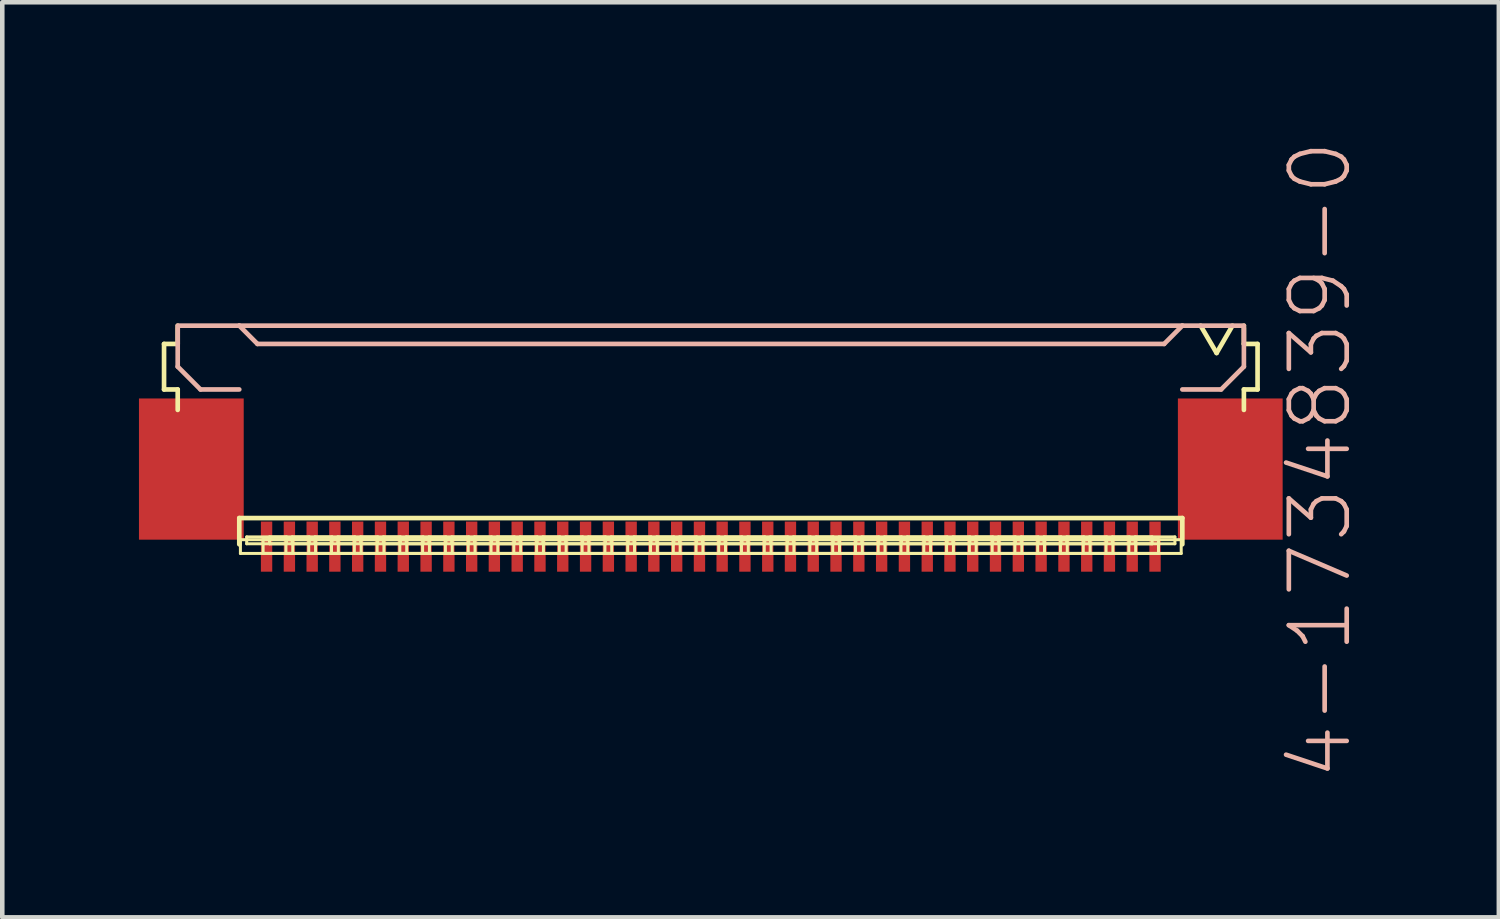
<source format=kicad_pcb>
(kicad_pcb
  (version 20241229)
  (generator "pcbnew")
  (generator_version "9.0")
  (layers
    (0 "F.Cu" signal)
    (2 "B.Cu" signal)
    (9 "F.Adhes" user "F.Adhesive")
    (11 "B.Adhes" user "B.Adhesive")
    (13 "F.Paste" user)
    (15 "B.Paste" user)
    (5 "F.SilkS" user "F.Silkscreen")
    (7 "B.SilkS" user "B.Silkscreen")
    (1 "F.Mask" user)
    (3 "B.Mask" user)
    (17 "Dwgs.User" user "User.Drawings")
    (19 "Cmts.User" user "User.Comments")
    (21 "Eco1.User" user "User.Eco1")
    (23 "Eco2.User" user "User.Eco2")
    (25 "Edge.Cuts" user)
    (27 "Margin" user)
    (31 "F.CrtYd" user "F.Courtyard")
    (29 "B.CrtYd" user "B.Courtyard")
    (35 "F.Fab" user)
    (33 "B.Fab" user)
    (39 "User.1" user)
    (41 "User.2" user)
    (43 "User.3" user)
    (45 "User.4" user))
  (footprint "4-1734839-0"
    (layer "F.Cu")
    (at 12.549 6.406)
    (property "Reference" "4-1734839-0" (at 13.373 0.635 270) (layer "B.SilkS") (effects (font (size 1.27 1.27) (thickness 0.102))))
    (attr smd)
    (fp_line (start -11.999 -1.908) (end -11.699 -1.908) (stroke (width 0.102) (type solid)) (layer "F.SilkS"))
    (fp_line (start -11.999 -0.909) (end -11.999 -1.908) (stroke (width 0.102) (type solid)) (layer "F.SilkS"))
    (fp_line (start -11.699 -1.908) (end -11.699 -2.309) (stroke (width 0.102) (type solid)) (layer "F.SilkS"))
    (fp_line (start -11.699 -0.909) (end -11.999 -0.909) (stroke (width 0.102) (type solid)) (layer "F.SilkS"))
    (fp_line (start -11.699 -0.46) (end -11.699 -0.909) (stroke (width 0.102) (type solid)) (layer "F.SilkS"))
    (fp_line (start -10.348 1.913) (end -10.348 2.489) (stroke (width 0.102) (type solid)) (layer "F.SilkS"))
    (fp_line (start -10.323 2.388) (end -9.174 2.388) (stroke (width 0.066) (type solid)) (layer "F.SilkS"))
    (fp_line (start -10.323 2.69) (end -10.323 2.388) (stroke (width 0.066) (type solid)) (layer "F.SilkS"))
    (fp_line (start -10.323 2.69) (end -9.174 2.69) (stroke (width 0.066) (type solid)) (layer "F.SilkS"))
    (fp_line (start -10.185 2.327) (end -9.312 2.327) (stroke (width 0.066) (type solid)) (layer "F.SilkS"))
    (fp_line (start -10.185 2.477) (end -10.185 2.327) (stroke (width 0.066) (type solid)) (layer "F.SilkS"))
    (fp_line (start -10.185 2.477) (end -9.312 2.477) (stroke (width 0.066) (type solid)) (layer "F.SilkS"))
    (fp_line (start -9.825 2.388) (end -8.674 2.388) (stroke (width 0.066) (type solid)) (layer "F.SilkS"))
    (fp_line (start -9.825 2.69) (end -9.825 2.388) (stroke (width 0.066) (type solid)) (layer "F.SilkS"))
    (fp_line (start -9.825 2.69) (end -8.674 2.69) (stroke (width 0.066) (type solid)) (layer "F.SilkS"))
    (fp_line (start -9.685 2.327) (end -8.811 2.327) (stroke (width 0.066) (type solid)) (layer "F.SilkS"))
    (fp_line (start -9.685 2.477) (end -9.685 2.327) (stroke (width 0.066) (type solid)) (layer "F.SilkS"))
    (fp_line (start -9.685 2.477) (end -8.811 2.477) (stroke (width 0.066) (type solid)) (layer "F.SilkS"))
    (fp_line (start -9.324 2.388) (end -8.174 2.388) (stroke (width 0.066) (type solid)) (layer "F.SilkS"))
    (fp_line (start -9.324 2.69) (end -9.324 2.388) (stroke (width 0.066) (type solid)) (layer "F.SilkS"))
    (fp_line (start -9.324 2.69) (end -8.174 2.69) (stroke (width 0.066) (type solid)) (layer "F.SilkS"))
    (fp_line (start -9.312 2.477) (end -9.312 2.327) (stroke (width 0.066) (type solid)) (layer "F.SilkS"))
    (fp_line (start -9.187 2.327) (end -8.311 2.327) (stroke (width 0.066) (type solid)) (layer "F.SilkS"))
    (fp_line (start -9.187 2.477) (end -9.187 2.327) (stroke (width 0.066) (type solid)) (layer "F.SilkS"))
    (fp_line (start -9.187 2.477) (end -8.311 2.477) (stroke (width 0.066) (type solid)) (layer "F.SilkS"))
    (fp_line (start -9.174 2.69) (end -9.174 2.388) (stroke (width 0.066) (type solid)) (layer "F.SilkS"))
    (fp_line (start -8.824 2.388) (end -7.673 2.388) (stroke (width 0.066) (type solid)) (layer "F.SilkS"))
    (fp_line (start -8.824 2.69) (end -8.824 2.388) (stroke (width 0.066) (type solid)) (layer "F.SilkS"))
    (fp_line (start -8.824 2.69) (end -7.673 2.69) (stroke (width 0.066) (type solid)) (layer "F.SilkS"))
    (fp_line (start -8.811 2.477) (end -8.811 2.327) (stroke (width 0.066) (type solid)) (layer "F.SilkS"))
    (fp_line (start -8.687 2.327) (end -7.811 2.327) (stroke (width 0.066) (type solid)) (layer "F.SilkS"))
    (fp_line (start -8.687 2.477) (end -8.687 2.327) (stroke (width 0.066) (type solid)) (layer "F.SilkS"))
    (fp_line (start -8.687 2.477) (end -7.811 2.477) (stroke (width 0.066) (type solid)) (layer "F.SilkS"))
    (fp_line (start -8.674 2.69) (end -8.674 2.388) (stroke (width 0.066) (type solid)) (layer "F.SilkS"))
    (fp_line (start -8.324 2.388) (end -7.173 2.388) (stroke (width 0.066) (type solid)) (layer "F.SilkS"))
    (fp_line (start -8.324 2.69) (end -8.324 2.388) (stroke (width 0.066) (type solid)) (layer "F.SilkS"))
    (fp_line (start -8.324 2.69) (end -7.173 2.69) (stroke (width 0.066) (type solid)) (layer "F.SilkS"))
    (fp_line (start -8.311 2.477) (end -8.311 2.327) (stroke (width 0.066) (type solid)) (layer "F.SilkS"))
    (fp_line (start -8.186 2.327) (end -7.31 2.327) (stroke (width 0.066) (type solid)) (layer "F.SilkS"))
    (fp_line (start -8.186 2.477) (end -8.186 2.327) (stroke (width 0.066) (type solid)) (layer "F.SilkS"))
    (fp_line (start -8.186 2.477) (end -7.31 2.477) (stroke (width 0.066) (type solid)) (layer "F.SilkS"))
    (fp_line (start -8.174 2.69) (end -8.174 2.388) (stroke (width 0.066) (type solid)) (layer "F.SilkS"))
    (fp_line (start -7.823 2.388) (end -6.673 2.388) (stroke (width 0.066) (type solid)) (layer "F.SilkS"))
    (fp_line (start -7.823 2.69) (end -7.823 2.388) (stroke (width 0.066) (type solid)) (layer "F.SilkS"))
    (fp_line (start -7.823 2.69) (end -6.673 2.69) (stroke (width 0.066) (type solid)) (layer "F.SilkS"))
    (fp_line (start -7.811 2.477) (end -7.811 2.327) (stroke (width 0.066) (type solid)) (layer "F.SilkS"))
    (fp_line (start -7.686 2.327) (end -6.812 2.327) (stroke (width 0.066) (type solid)) (layer "F.SilkS"))
    (fp_line (start -7.686 2.477) (end -7.686 2.327) (stroke (width 0.066) (type solid)) (layer "F.SilkS"))
    (fp_line (start -7.686 2.477) (end -6.812 2.477) (stroke (width 0.066) (type solid)) (layer "F.SilkS"))
    (fp_line (start -7.673 2.69) (end -7.673 2.388) (stroke (width 0.066) (type solid)) (layer "F.SilkS"))
    (fp_line (start -7.323 2.388) (end -6.175 2.388) (stroke (width 0.066) (type solid)) (layer "F.SilkS"))
    (fp_line (start -7.323 2.69) (end -7.323 2.388) (stroke (width 0.066) (type solid)) (layer "F.SilkS"))
    (fp_line (start -7.323 2.69) (end -6.175 2.69) (stroke (width 0.066) (type solid)) (layer "F.SilkS"))
    (fp_line (start -7.31 2.477) (end -7.31 2.327) (stroke (width 0.066) (type solid)) (layer "F.SilkS"))
    (fp_line (start -7.186 2.327) (end -6.312 2.327) (stroke (width 0.066) (type solid)) (layer "F.SilkS"))
    (fp_line (start -7.186 2.477) (end -7.186 2.327) (stroke (width 0.066) (type solid)) (layer "F.SilkS"))
    (fp_line (start -7.186 2.477) (end -6.312 2.477) (stroke (width 0.066) (type solid)) (layer "F.SilkS"))
    (fp_line (start -7.173 2.69) (end -7.173 2.388) (stroke (width 0.066) (type solid)) (layer "F.SilkS"))
    (fp_line (start -6.825 2.388) (end -5.674 2.388) (stroke (width 0.066) (type solid)) (layer "F.SilkS"))
    (fp_line (start -6.825 2.69) (end -6.825 2.388) (stroke (width 0.066) (type solid)) (layer "F.SilkS"))
    (fp_line (start -6.825 2.69) (end -5.674 2.69) (stroke (width 0.066) (type solid)) (layer "F.SilkS"))
    (fp_line (start -6.812 2.477) (end -6.812 2.327) (stroke (width 0.066) (type solid)) (layer "F.SilkS"))
    (fp_line (start -6.685 2.327) (end -5.812 2.327) (stroke (width 0.066) (type solid)) (layer "F.SilkS"))
    (fp_line (start -6.685 2.477) (end -6.685 2.327) (stroke (width 0.066) (type solid)) (layer "F.SilkS"))
    (fp_line (start -6.685 2.477) (end -5.812 2.477) (stroke (width 0.066) (type solid)) (layer "F.SilkS"))
    (fp_line (start -6.673 2.69) (end -6.673 2.388) (stroke (width 0.066) (type solid)) (layer "F.SilkS"))
    (fp_line (start -6.325 2.388) (end -5.174 2.388) (stroke (width 0.066) (type solid)) (layer "F.SilkS"))
    (fp_line (start -6.325 2.69) (end -6.325 2.388) (stroke (width 0.066) (type solid)) (layer "F.SilkS"))
    (fp_line (start -6.325 2.69) (end -5.174 2.69) (stroke (width 0.066) (type solid)) (layer "F.SilkS"))
    (fp_line (start -6.312 2.477) (end -6.312 2.327) (stroke (width 0.066) (type solid)) (layer "F.SilkS"))
    (fp_line (start -6.187 2.327) (end -5.311 2.327) (stroke (width 0.066) (type solid)) (layer "F.SilkS"))
    (fp_line (start -6.187 2.477) (end -6.187 2.327) (stroke (width 0.066) (type solid)) (layer "F.SilkS"))
    (fp_line (start -6.187 2.477) (end -5.311 2.477) (stroke (width 0.066) (type solid)) (layer "F.SilkS"))
    (fp_line (start -6.175 2.69) (end -6.175 2.388) (stroke (width 0.066) (type solid)) (layer "F.SilkS"))
    (fp_line (start -5.824 2.388) (end -4.674 2.388) (stroke (width 0.066) (type solid)) (layer "F.SilkS"))
    (fp_line (start -5.824 2.69) (end -5.824 2.388) (stroke (width 0.066) (type solid)) (layer "F.SilkS"))
    (fp_line (start -5.824 2.69) (end -4.674 2.69) (stroke (width 0.066) (type solid)) (layer "F.SilkS"))
    (fp_line (start -5.812 2.477) (end -5.812 2.327) (stroke (width 0.066) (type solid)) (layer "F.SilkS"))
    (fp_line (start -5.687 2.327) (end -4.811 2.327) (stroke (width 0.066) (type solid)) (layer "F.SilkS"))
    (fp_line (start -5.687 2.477) (end -5.687 2.327) (stroke (width 0.066) (type solid)) (layer "F.SilkS"))
    (fp_line (start -5.687 2.477) (end -4.811 2.477) (stroke (width 0.066) (type solid)) (layer "F.SilkS"))
    (fp_line (start -5.674 2.69) (end -5.674 2.388) (stroke (width 0.066) (type solid)) (layer "F.SilkS"))
    (fp_line (start -5.324 2.388) (end -4.173 2.388) (stroke (width 0.066) (type solid)) (layer "F.SilkS"))
    (fp_line (start -5.324 2.69) (end -5.324 2.388) (stroke (width 0.066) (type solid)) (layer "F.SilkS"))
    (fp_line (start -5.324 2.69) (end -4.173 2.69) (stroke (width 0.066) (type solid)) (layer "F.SilkS"))
    (fp_line (start -5.311 2.477) (end -5.311 2.327) (stroke (width 0.066) (type solid)) (layer "F.SilkS"))
    (fp_line (start -5.187 2.327) (end -4.31 2.327) (stroke (width 0.066) (type solid)) (layer "F.SilkS"))
    (fp_line (start -5.187 2.477) (end -5.187 2.327) (stroke (width 0.066) (type solid)) (layer "F.SilkS"))
    (fp_line (start -5.187 2.477) (end -4.31 2.477) (stroke (width 0.066) (type solid)) (layer "F.SilkS"))
    (fp_line (start -5.174 2.69) (end -5.174 2.388) (stroke (width 0.066) (type solid)) (layer "F.SilkS"))
    (fp_line (start -4.823 2.388) (end -3.673 2.388) (stroke (width 0.066) (type solid)) (layer "F.SilkS"))
    (fp_line (start -4.823 2.69) (end -4.823 2.388) (stroke (width 0.066) (type solid)) (layer "F.SilkS"))
    (fp_line (start -4.823 2.69) (end -3.673 2.69) (stroke (width 0.066) (type solid)) (layer "F.SilkS"))
    (fp_line (start -4.811 2.477) (end -4.811 2.327) (stroke (width 0.066) (type solid)) (layer "F.SilkS"))
    (fp_line (start -4.686 2.327) (end -3.81 2.327) (stroke (width 0.066) (type solid)) (layer "F.SilkS"))
    (fp_line (start -4.686 2.477) (end -4.686 2.327) (stroke (width 0.066) (type solid)) (layer "F.SilkS"))
    (fp_line (start -4.686 2.477) (end -3.81 2.477) (stroke (width 0.066) (type solid)) (layer "F.SilkS"))
    (fp_line (start -4.674 2.69) (end -4.674 2.388) (stroke (width 0.066) (type solid)) (layer "F.SilkS"))
    (fp_line (start -4.323 2.388) (end -3.175 2.388) (stroke (width 0.066) (type solid)) (layer "F.SilkS"))
    (fp_line (start -4.323 2.69) (end -4.323 2.388) (stroke (width 0.066) (type solid)) (layer "F.SilkS"))
    (fp_line (start -4.323 2.69) (end -3.175 2.69) (stroke (width 0.066) (type solid)) (layer "F.SilkS"))
    (fp_line (start -4.31 2.477) (end -4.31 2.327) (stroke (width 0.066) (type solid)) (layer "F.SilkS"))
    (fp_line (start -4.186 2.327) (end -3.312 2.327) (stroke (width 0.066) (type solid)) (layer "F.SilkS"))
    (fp_line (start -4.186 2.477) (end -4.186 2.327) (stroke (width 0.066) (type solid)) (layer "F.SilkS"))
    (fp_line (start -4.186 2.477) (end -3.312 2.477) (stroke (width 0.066) (type solid)) (layer "F.SilkS"))
    (fp_line (start -4.173 2.69) (end -4.173 2.388) (stroke (width 0.066) (type solid)) (layer "F.SilkS"))
    (fp_line (start -3.823 2.388) (end -2.675 2.388) (stroke (width 0.066) (type solid)) (layer "F.SilkS"))
    (fp_line (start -3.823 2.69) (end -3.823 2.388) (stroke (width 0.066) (type solid)) (layer "F.SilkS"))
    (fp_line (start -3.823 2.69) (end -2.675 2.69) (stroke (width 0.066) (type solid)) (layer "F.SilkS"))
    (fp_line (start -3.81 2.477) (end -3.81 2.327) (stroke (width 0.066) (type solid)) (layer "F.SilkS"))
    (fp_line (start -3.686 2.327) (end -2.812 2.327) (stroke (width 0.066) (type solid)) (layer "F.SilkS"))
    (fp_line (start -3.686 2.477) (end -3.686 2.327) (stroke (width 0.066) (type solid)) (layer "F.SilkS"))
    (fp_line (start -3.686 2.477) (end -2.812 2.477) (stroke (width 0.066) (type solid)) (layer "F.SilkS"))
    (fp_line (start -3.673 2.69) (end -3.673 2.388) (stroke (width 0.066) (type solid)) (layer "F.SilkS"))
    (fp_line (start -3.325 2.388) (end -2.174 2.388) (stroke (width 0.066) (type solid)) (layer "F.SilkS"))
    (fp_line (start -3.325 2.69) (end -3.325 2.388) (stroke (width 0.066) (type solid)) (layer "F.SilkS"))
    (fp_line (start -3.325 2.69) (end -2.174 2.69) (stroke (width 0.066) (type solid)) (layer "F.SilkS"))
    (fp_line (start -3.312 2.477) (end -3.312 2.327) (stroke (width 0.066) (type solid)) (layer "F.SilkS"))
    (fp_line (start -3.185 2.327) (end -2.311 2.327) (stroke (width 0.066) (type solid)) (layer "F.SilkS"))
    (fp_line (start -3.185 2.477) (end -3.185 2.327) (stroke (width 0.066) (type solid)) (layer "F.SilkS"))
    (fp_line (start -3.185 2.477) (end -2.311 2.477) (stroke (width 0.066) (type solid)) (layer "F.SilkS"))
    (fp_line (start -3.175 2.69) (end -3.175 2.388) (stroke (width 0.066) (type solid)) (layer "F.SilkS"))
    (fp_line (start -2.824 2.388) (end -1.674 2.388) (stroke (width 0.066) (type solid)) (layer "F.SilkS"))
    (fp_line (start -2.824 2.69) (end -2.824 2.388) (stroke (width 0.066) (type solid)) (layer "F.SilkS"))
    (fp_line (start -2.824 2.69) (end -1.674 2.69) (stroke (width 0.066) (type solid)) (layer "F.SilkS"))
    (fp_line (start -2.812 2.477) (end -2.812 2.327) (stroke (width 0.066) (type solid)) (layer "F.SilkS"))
    (fp_line (start -2.687 2.327) (end -1.811 2.327) (stroke (width 0.066) (type solid)) (layer "F.SilkS"))
    (fp_line (start -2.687 2.477) (end -2.687 2.327) (stroke (width 0.066) (type solid)) (layer "F.SilkS"))
    (fp_line (start -2.687 2.477) (end -1.811 2.477) (stroke (width 0.066) (type solid)) (layer "F.SilkS"))
    (fp_line (start -2.675 2.69) (end -2.675 2.388) (stroke (width 0.066) (type solid)) (layer "F.SilkS"))
    (fp_line (start -2.324 2.388) (end -1.173 2.388) (stroke (width 0.066) (type solid)) (layer "F.SilkS"))
    (fp_line (start -2.324 2.69) (end -2.324 2.388) (stroke (width 0.066) (type solid)) (layer "F.SilkS"))
    (fp_line (start -2.324 2.69) (end -1.173 2.69) (stroke (width 0.066) (type solid)) (layer "F.SilkS"))
    (fp_line (start -2.311 2.477) (end -2.311 2.327) (stroke (width 0.066) (type solid)) (layer "F.SilkS"))
    (fp_line (start -2.187 2.327) (end -1.311 2.327) (stroke (width 0.066) (type solid)) (layer "F.SilkS"))
    (fp_line (start -2.187 2.477) (end -2.187 2.327) (stroke (width 0.066) (type solid)) (layer "F.SilkS"))
    (fp_line (start -2.187 2.477) (end -1.311 2.477) (stroke (width 0.066) (type solid)) (layer "F.SilkS"))
    (fp_line (start -2.174 2.69) (end -2.174 2.388) (stroke (width 0.066) (type solid)) (layer "F.SilkS"))
    (fp_line (start -1.824 2.388) (end -0.673 2.388) (stroke (width 0.066) (type solid)) (layer "F.SilkS"))
    (fp_line (start -1.824 2.69) (end -1.824 2.388) (stroke (width 0.066) (type solid)) (layer "F.SilkS"))
    (fp_line (start -1.824 2.69) (end -0.673 2.69) (stroke (width 0.066) (type solid)) (layer "F.SilkS"))
    (fp_line (start -1.811 2.477) (end -1.811 2.327) (stroke (width 0.066) (type solid)) (layer "F.SilkS"))
    (fp_line (start -1.687 2.327) (end -0.81 2.327) (stroke (width 0.066) (type solid)) (layer "F.SilkS"))
    (fp_line (start -1.687 2.477) (end -1.687 2.327) (stroke (width 0.066) (type solid)) (layer "F.SilkS"))
    (fp_line (start -1.687 2.477) (end -0.81 2.477) (stroke (width 0.066) (type solid)) (layer "F.SilkS"))
    (fp_line (start -1.674 2.69) (end -1.674 2.388) (stroke (width 0.066) (type solid)) (layer "F.SilkS"))
    (fp_line (start -1.323 2.388) (end -0.173 2.388) (stroke (width 0.066) (type solid)) (layer "F.SilkS"))
    (fp_line (start -1.323 2.69) (end -1.323 2.388) (stroke (width 0.066) (type solid)) (layer "F.SilkS"))
    (fp_line (start -1.323 2.69) (end -0.173 2.69) (stroke (width 0.066) (type solid)) (layer "F.SilkS"))
    (fp_line (start -1.311 2.477) (end -1.311 2.327) (stroke (width 0.066) (type solid)) (layer "F.SilkS"))
    (fp_line (start -1.186 2.327) (end -0.312 2.327) (stroke (width 0.066) (type solid)) (layer "F.SilkS"))
    (fp_line (start -1.186 2.477) (end -1.186 2.327) (stroke (width 0.066) (type solid)) (layer "F.SilkS"))
    (fp_line (start -1.186 2.477) (end -0.312 2.477) (stroke (width 0.066) (type solid)) (layer "F.SilkS"))
    (fp_line (start -1.173 2.69) (end -1.173 2.388) (stroke (width 0.066) (type solid)) (layer "F.SilkS"))
    (fp_line (start -0.823 2.388) (end 0.323 2.388) (stroke (width 0.066) (type solid)) (layer "F.SilkS"))
    (fp_line (start -0.823 2.69) (end -0.823 2.388) (stroke (width 0.066) (type solid)) (layer "F.SilkS"))
    (fp_line (start -0.823 2.69) (end 0.323 2.69) (stroke (width 0.066) (type solid)) (layer "F.SilkS"))
    (fp_line (start -0.81 2.477) (end -0.81 2.327) (stroke (width 0.066) (type solid)) (layer "F.SilkS"))
    (fp_line (start -0.686 2.327) (end 0.185 2.327) (stroke (width 0.066) (type solid)) (layer "F.SilkS"))
    (fp_line (start -0.686 2.477) (end -0.686 2.327) (stroke (width 0.066) (type solid)) (layer "F.SilkS"))
    (fp_line (start -0.686 2.477) (end 0.185 2.477) (stroke (width 0.066) (type solid)) (layer "F.SilkS"))
    (fp_line (start -0.673 2.69) (end -0.673 2.388) (stroke (width 0.066) (type solid)) (layer "F.SilkS"))
    (fp_line (start -0.323 2.388) (end 0.823 2.388) (stroke (width 0.066) (type solid)) (layer "F.SilkS"))
    (fp_line (start -0.323 2.69) (end -0.323 2.388) (stroke (width 0.066) (type solid)) (layer "F.SilkS"))
    (fp_line (start -0.323 2.69) (end 0.823 2.69) (stroke (width 0.066) (type solid)) (layer "F.SilkS"))
    (fp_line (start -0.312 2.477) (end -0.312 2.327) (stroke (width 0.066) (type solid)) (layer "F.SilkS"))
    (fp_line (start -0.185 2.327) (end 0.686 2.327) (stroke (width 0.066) (type solid)) (layer "F.SilkS"))
    (fp_line (start -0.185 2.477) (end -0.185 2.327) (stroke (width 0.066) (type solid)) (layer "F.SilkS"))
    (fp_line (start -0.185 2.477) (end 0.686 2.477) (stroke (width 0.066) (type solid)) (layer "F.SilkS"))
    (fp_line (start -0.173 2.69) (end -0.173 2.388) (stroke (width 0.066) (type solid)) (layer "F.SilkS"))
    (fp_line (start 0.173 2.388) (end 1.323 2.388) (stroke (width 0.066) (type solid)) (layer "F.SilkS"))
    (fp_line (start 0.173 2.69) (end 0.173 2.388) (stroke (width 0.066) (type solid)) (layer "F.SilkS"))
    (fp_line (start 0.173 2.69) (end 1.323 2.69) (stroke (width 0.066) (type solid)) (layer "F.SilkS"))
    (fp_line (start 0.185 2.477) (end 0.185 2.327) (stroke (width 0.066) (type solid)) (layer "F.SilkS"))
    (fp_line (start 0.312 2.327) (end 1.186 2.327) (stroke (width 0.066) (type solid)) (layer "F.SilkS"))
    (fp_line (start 0.312 2.477) (end 0.312 2.327) (stroke (width 0.066) (type solid)) (layer "F.SilkS"))
    (fp_line (start 0.312 2.477) (end 1.186 2.477) (stroke (width 0.066) (type solid)) (layer "F.SilkS"))
    (fp_line (start 0.323 2.69) (end 0.323 2.388) (stroke (width 0.066) (type solid)) (layer "F.SilkS"))
    (fp_line (start 0.673 2.388) (end 1.824 2.388) (stroke (width 0.066) (type solid)) (layer "F.SilkS"))
    (fp_line (start 0.673 2.69) (end 0.673 2.388) (stroke (width 0.066) (type solid)) (layer "F.SilkS"))
    (fp_line (start 0.673 2.69) (end 1.824 2.69) (stroke (width 0.066) (type solid)) (layer "F.SilkS"))
    (fp_line (start 0.686 2.477) (end 0.686 2.327) (stroke (width 0.066) (type solid)) (layer "F.SilkS"))
    (fp_line (start 0.81 2.327) (end 1.687 2.327) (stroke (width 0.066) (type solid)) (layer "F.SilkS"))
    (fp_line (start 0.81 2.477) (end 0.81 2.327) (stroke (width 0.066) (type solid)) (layer "F.SilkS"))
    (fp_line (start 0.81 2.477) (end 1.687 2.477) (stroke (width 0.066) (type solid)) (layer "F.SilkS"))
    (fp_line (start 0.823 2.69) (end 0.823 2.388) (stroke (width 0.066) (type solid)) (layer "F.SilkS"))
    (fp_line (start 1.173 2.388) (end 2.324 2.388) (stroke (width 0.066) (type solid)) (layer "F.SilkS"))
    (fp_line (start 1.173 2.69) (end 1.173 2.388) (stroke (width 0.066) (type solid)) (layer "F.SilkS"))
    (fp_line (start 1.173 2.69) (end 2.324 2.69) (stroke (width 0.066) (type solid)) (layer "F.SilkS"))
    (fp_line (start 1.186 2.477) (end 1.186 2.327) (stroke (width 0.066) (type solid)) (layer "F.SilkS"))
    (fp_line (start 1.311 2.327) (end 2.187 2.327) (stroke (width 0.066) (type solid)) (layer "F.SilkS"))
    (fp_line (start 1.311 2.477) (end 1.311 2.327) (stroke (width 0.066) (type solid)) (layer "F.SilkS"))
    (fp_line (start 1.311 2.477) (end 2.187 2.477) (stroke (width 0.066) (type solid)) (layer "F.SilkS"))
    (fp_line (start 1.323 2.69) (end 1.323 2.388) (stroke (width 0.066) (type solid)) (layer "F.SilkS"))
    (fp_line (start 1.674 2.388) (end 2.824 2.388) (stroke (width 0.066) (type solid)) (layer "F.SilkS"))
    (fp_line (start 1.674 2.69) (end 1.674 2.388) (stroke (width 0.066) (type solid)) (layer "F.SilkS"))
    (fp_line (start 1.674 2.69) (end 2.824 2.69) (stroke (width 0.066) (type solid)) (layer "F.SilkS"))
    (fp_line (start 1.687 2.477) (end 1.687 2.327) (stroke (width 0.066) (type solid)) (layer "F.SilkS"))
    (fp_line (start 1.811 2.327) (end 2.687 2.327) (stroke (width 0.066) (type solid)) (layer "F.SilkS"))
    (fp_line (start 1.811 2.477) (end 1.811 2.327) (stroke (width 0.066) (type solid)) (layer "F.SilkS"))
    (fp_line (start 1.811 2.477) (end 2.687 2.477) (stroke (width 0.066) (type solid)) (layer "F.SilkS"))
    (fp_line (start 1.824 2.69) (end 1.824 2.388) (stroke (width 0.066) (type solid)) (layer "F.SilkS"))
    (fp_line (start 2.174 2.388) (end 3.325 2.388) (stroke (width 0.066) (type solid)) (layer "F.SilkS"))
    (fp_line (start 2.174 2.69) (end 2.174 2.388) (stroke (width 0.066) (type solid)) (layer "F.SilkS"))
    (fp_line (start 2.174 2.69) (end 3.325 2.69) (stroke (width 0.066) (type solid)) (layer "F.SilkS"))
    (fp_line (start 2.187 2.477) (end 2.187 2.327) (stroke (width 0.066) (type solid)) (layer "F.SilkS"))
    (fp_line (start 2.311 2.327) (end 3.185 2.327) (stroke (width 0.066) (type solid)) (layer "F.SilkS"))
    (fp_line (start 2.311 2.477) (end 2.311 2.327) (stroke (width 0.066) (type solid)) (layer "F.SilkS"))
    (fp_line (start 2.311 2.477) (end 3.185 2.477) (stroke (width 0.066) (type solid)) (layer "F.SilkS"))
    (fp_line (start 2.324 2.69) (end 2.324 2.388) (stroke (width 0.066) (type solid)) (layer "F.SilkS"))
    (fp_line (start 2.675 2.388) (end 3.823 2.388) (stroke (width 0.066) (type solid)) (layer "F.SilkS"))
    (fp_line (start 2.675 2.69) (end 2.675 2.388) (stroke (width 0.066) (type solid)) (layer "F.SilkS"))
    (fp_line (start 2.675 2.69) (end 3.823 2.69) (stroke (width 0.066) (type solid)) (layer "F.SilkS"))
    (fp_line (start 2.687 2.477) (end 2.687 2.327) (stroke (width 0.066) (type solid)) (layer "F.SilkS"))
    (fp_line (start 2.812 2.327) (end 3.686 2.327) (stroke (width 0.066) (type solid)) (layer "F.SilkS"))
    (fp_line (start 2.812 2.477) (end 2.812 2.327) (stroke (width 0.066) (type solid)) (layer "F.SilkS"))
    (fp_line (start 2.812 2.477) (end 3.686 2.477) (stroke (width 0.066) (type solid)) (layer "F.SilkS"))
    (fp_line (start 2.824 2.69) (end 2.824 2.388) (stroke (width 0.066) (type solid)) (layer "F.SilkS"))
    (fp_line (start 3.175 2.388) (end 4.323 2.388) (stroke (width 0.066) (type solid)) (layer "F.SilkS"))
    (fp_line (start 3.175 2.69) (end 3.175 2.388) (stroke (width 0.066) (type solid)) (layer "F.SilkS"))
    (fp_line (start 3.175 2.69) (end 4.323 2.69) (stroke (width 0.066) (type solid)) (layer "F.SilkS"))
    (fp_line (start 3.185 2.477) (end 3.185 2.327) (stroke (width 0.066) (type solid)) (layer "F.SilkS"))
    (fp_line (start 3.312 2.327) (end 4.186 2.327) (stroke (width 0.066) (type solid)) (layer "F.SilkS"))
    (fp_line (start 3.312 2.477) (end 3.312 2.327) (stroke (width 0.066) (type solid)) (layer "F.SilkS"))
    (fp_line (start 3.312 2.477) (end 4.186 2.477) (stroke (width 0.066) (type solid)) (layer "F.SilkS"))
    (fp_line (start 3.325 2.69) (end 3.325 2.388) (stroke (width 0.066) (type solid)) (layer "F.SilkS"))
    (fp_line (start 3.673 2.388) (end 4.823 2.388) (stroke (width 0.066) (type solid)) (layer "F.SilkS"))
    (fp_line (start 3.673 2.69) (end 3.673 2.388) (stroke (width 0.066) (type solid)) (layer "F.SilkS"))
    (fp_line (start 3.673 2.69) (end 4.823 2.69) (stroke (width 0.066) (type solid)) (layer "F.SilkS"))
    (fp_line (start 3.686 2.477) (end 3.686 2.327) (stroke (width 0.066) (type solid)) (layer "F.SilkS"))
    (fp_line (start 3.81 2.327) (end 4.686 2.327) (stroke (width 0.066) (type solid)) (layer "F.SilkS"))
    (fp_line (start 3.81 2.477) (end 3.81 2.327) (stroke (width 0.066) (type solid)) (layer "F.SilkS"))
    (fp_line (start 3.81 2.477) (end 4.686 2.477) (stroke (width 0.066) (type solid)) (layer "F.SilkS"))
    (fp_line (start 3.823 2.69) (end 3.823 2.388) (stroke (width 0.066) (type solid)) (layer "F.SilkS"))
    (fp_line (start 4.173 2.388) (end 5.324 2.388) (stroke (width 0.066) (type solid)) (layer "F.SilkS"))
    (fp_line (start 4.173 2.69) (end 4.173 2.388) (stroke (width 0.066) (type solid)) (layer "F.SilkS"))
    (fp_line (start 4.173 2.69) (end 5.324 2.69) (stroke (width 0.066) (type solid)) (layer "F.SilkS"))
    (fp_line (start 4.186 2.477) (end 4.186 2.327) (stroke (width 0.066) (type solid)) (layer "F.SilkS"))
    (fp_line (start 4.31 2.327) (end 5.187 2.327) (stroke (width 0.066) (type solid)) (layer "F.SilkS"))
    (fp_line (start 4.31 2.477) (end 4.31 2.327) (stroke (width 0.066) (type solid)) (layer "F.SilkS"))
    (fp_line (start 4.31 2.477) (end 5.187 2.477) (stroke (width 0.066) (type solid)) (layer "F.SilkS"))
    (fp_line (start 4.323 2.69) (end 4.323 2.388) (stroke (width 0.066) (type solid)) (layer "F.SilkS"))
    (fp_line (start 4.674 2.388) (end 5.824 2.388) (stroke (width 0.066) (type solid)) (layer "F.SilkS"))
    (fp_line (start 4.674 2.69) (end 4.674 2.388) (stroke (width 0.066) (type solid)) (layer "F.SilkS"))
    (fp_line (start 4.674 2.69) (end 5.824 2.69) (stroke (width 0.066) (type solid)) (layer "F.SilkS"))
    (fp_line (start 4.686 2.477) (end 4.686 2.327) (stroke (width 0.066) (type solid)) (layer "F.SilkS"))
    (fp_line (start 4.811 2.327) (end 5.687 2.327) (stroke (width 0.066) (type solid)) (layer "F.SilkS"))
    (fp_line (start 4.811 2.477) (end 4.811 2.327) (stroke (width 0.066) (type solid)) (layer "F.SilkS"))
    (fp_line (start 4.811 2.477) (end 5.687 2.477) (stroke (width 0.066) (type solid)) (layer "F.SilkS"))
    (fp_line (start 4.823 2.69) (end 4.823 2.388) (stroke (width 0.066) (type solid)) (layer "F.SilkS"))
    (fp_line (start 5.174 2.388) (end 6.325 2.388) (stroke (width 0.066) (type solid)) (layer "F.SilkS"))
    (fp_line (start 5.174 2.69) (end 5.174 2.388) (stroke (width 0.066) (type solid)) (layer "F.SilkS"))
    (fp_line (start 5.174 2.69) (end 6.325 2.69) (stroke (width 0.066) (type solid)) (layer "F.SilkS"))
    (fp_line (start 5.187 2.477) (end 5.187 2.327) (stroke (width 0.066) (type solid)) (layer "F.SilkS"))
    (fp_line (start 5.311 2.327) (end 6.187 2.327) (stroke (width 0.066) (type solid)) (layer "F.SilkS"))
    (fp_line (start 5.311 2.477) (end 5.311 2.327) (stroke (width 0.066) (type solid)) (layer "F.SilkS"))
    (fp_line (start 5.311 2.477) (end 6.187 2.477) (stroke (width 0.066) (type solid)) (layer "F.SilkS"))
    (fp_line (start 5.324 2.69) (end 5.324 2.388) (stroke (width 0.066) (type solid)) (layer "F.SilkS"))
    (fp_line (start 5.674 2.388) (end 6.825 2.388) (stroke (width 0.066) (type solid)) (layer "F.SilkS"))
    (fp_line (start 5.674 2.69) (end 5.674 2.388) (stroke (width 0.066) (type solid)) (layer "F.SilkS"))
    (fp_line (start 5.674 2.69) (end 6.825 2.69) (stroke (width 0.066) (type solid)) (layer "F.SilkS"))
    (fp_line (start 5.687 2.477) (end 5.687 2.327) (stroke (width 0.066) (type solid)) (layer "F.SilkS"))
    (fp_line (start 5.812 2.327) (end 6.685 2.327) (stroke (width 0.066) (type solid)) (layer "F.SilkS"))
    (fp_line (start 5.812 2.477) (end 5.812 2.327) (stroke (width 0.066) (type solid)) (layer "F.SilkS"))
    (fp_line (start 5.812 2.477) (end 6.685 2.477) (stroke (width 0.066) (type solid)) (layer "F.SilkS"))
    (fp_line (start 5.824 2.69) (end 5.824 2.388) (stroke (width 0.066) (type solid)) (layer "F.SilkS"))
    (fp_line (start 6.175 2.388) (end 7.323 2.388) (stroke (width 0.066) (type solid)) (layer "F.SilkS"))
    (fp_line (start 6.175 2.69) (end 6.175 2.388) (stroke (width 0.066) (type solid)) (layer "F.SilkS"))
    (fp_line (start 6.175 2.69) (end 7.323 2.69) (stroke (width 0.066) (type solid)) (layer "F.SilkS"))
    (fp_line (start 6.187 2.477) (end 6.187 2.327) (stroke (width 0.066) (type solid)) (layer "F.SilkS"))
    (fp_line (start 6.312 2.327) (end 7.186 2.327) (stroke (width 0.066) (type solid)) (layer "F.SilkS"))
    (fp_line (start 6.312 2.477) (end 6.312 2.327) (stroke (width 0.066) (type solid)) (layer "F.SilkS"))
    (fp_line (start 6.312 2.477) (end 7.186 2.477) (stroke (width 0.066) (type solid)) (layer "F.SilkS"))
    (fp_line (start 6.325 2.69) (end 6.325 2.388) (stroke (width 0.066) (type solid)) (layer "F.SilkS"))
    (fp_line (start 6.673 2.388) (end 7.823 2.388) (stroke (width 0.066) (type solid)) (layer "F.SilkS"))
    (fp_line (start 6.673 2.69) (end 6.673 2.388) (stroke (width 0.066) (type solid)) (layer "F.SilkS"))
    (fp_line (start 6.673 2.69) (end 7.823 2.69) (stroke (width 0.066) (type solid)) (layer "F.SilkS"))
    (fp_line (start 6.685 2.477) (end 6.685 2.327) (stroke (width 0.066) (type solid)) (layer "F.SilkS"))
    (fp_line (start 6.812 2.327) (end 7.686 2.327) (stroke (width 0.066) (type solid)) (layer "F.SilkS"))
    (fp_line (start 6.812 2.477) (end 6.812 2.327) (stroke (width 0.066) (type solid)) (layer "F.SilkS"))
    (fp_line (start 6.812 2.477) (end 7.686 2.477) (stroke (width 0.066) (type solid)) (layer "F.SilkS"))
    (fp_line (start 6.825 2.69) (end 6.825 2.388) (stroke (width 0.066) (type solid)) (layer "F.SilkS"))
    (fp_line (start 7.173 2.388) (end 8.324 2.388) (stroke (width 0.066) (type solid)) (layer "F.SilkS"))
    (fp_line (start 7.173 2.69) (end 7.173 2.388) (stroke (width 0.066) (type solid)) (layer "F.SilkS"))
    (fp_line (start 7.173 2.69) (end 8.324 2.69) (stroke (width 0.066) (type solid)) (layer "F.SilkS"))
    (fp_line (start 7.186 2.477) (end 7.186 2.327) (stroke (width 0.066) (type solid)) (layer "F.SilkS"))
    (fp_line (start 7.31 2.327) (end 8.186 2.327) (stroke (width 0.066) (type solid)) (layer "F.SilkS"))
    (fp_line (start 7.31 2.477) (end 7.31 2.327) (stroke (width 0.066) (type solid)) (layer "F.SilkS"))
    (fp_line (start 7.31 2.477) (end 8.186 2.477) (stroke (width 0.066) (type solid)) (layer "F.SilkS"))
    (fp_line (start 7.323 2.69) (end 7.323 2.388) (stroke (width 0.066) (type solid)) (layer "F.SilkS"))
    (fp_line (start 7.673 2.388) (end 8.824 2.388) (stroke (width 0.066) (type solid)) (layer "F.SilkS"))
    (fp_line (start 7.673 2.69) (end 7.673 2.388) (stroke (width 0.066) (type solid)) (layer "F.SilkS"))
    (fp_line (start 7.673 2.69) (end 8.824 2.69) (stroke (width 0.066) (type solid)) (layer "F.SilkS"))
    (fp_line (start 7.686 2.477) (end 7.686 2.327) (stroke (width 0.066) (type solid)) (layer "F.SilkS"))
    (fp_line (start 7.811 2.327) (end 8.687 2.327) (stroke (width 0.066) (type solid)) (layer "F.SilkS"))
    (fp_line (start 7.811 2.477) (end 7.811 2.327) (stroke (width 0.066) (type solid)) (layer "F.SilkS"))
    (fp_line (start 7.811 2.477) (end 8.687 2.477) (stroke (width 0.066) (type solid)) (layer "F.SilkS"))
    (fp_line (start 7.823 2.69) (end 7.823 2.388) (stroke (width 0.066) (type solid)) (layer "F.SilkS"))
    (fp_line (start 8.174 2.388) (end 9.324 2.388) (stroke (width 0.066) (type solid)) (layer "F.SilkS"))
    (fp_line (start 8.174 2.69) (end 8.174 2.388) (stroke (width 0.066) (type solid)) (layer "F.SilkS"))
    (fp_line (start 8.174 2.69) (end 9.324 2.69) (stroke (width 0.066) (type solid)) (layer "F.SilkS"))
    (fp_line (start 8.186 2.477) (end 8.186 2.327) (stroke (width 0.066) (type solid)) (layer "F.SilkS"))
    (fp_line (start 8.311 2.327) (end 9.187 2.327) (stroke (width 0.066) (type solid)) (layer "F.SilkS"))
    (fp_line (start 8.311 2.477) (end 8.311 2.327) (stroke (width 0.066) (type solid)) (layer "F.SilkS"))
    (fp_line (start 8.311 2.477) (end 9.187 2.477) (stroke (width 0.066) (type solid)) (layer "F.SilkS"))
    (fp_line (start 8.324 2.69) (end 8.324 2.388) (stroke (width 0.066) (type solid)) (layer "F.SilkS"))
    (fp_line (start 8.674 2.388) (end 9.825 2.388) (stroke (width 0.066) (type solid)) (layer "F.SilkS"))
    (fp_line (start 8.674 2.69) (end 8.674 2.388) (stroke (width 0.066) (type solid)) (layer "F.SilkS"))
    (fp_line (start 8.674 2.69) (end 9.825 2.69) (stroke (width 0.066) (type solid)) (layer "F.SilkS"))
    (fp_line (start 8.687 2.477) (end 8.687 2.327) (stroke (width 0.066) (type solid)) (layer "F.SilkS"))
    (fp_line (start 8.811 2.327) (end 9.685 2.327) (stroke (width 0.066) (type solid)) (layer "F.SilkS"))
    (fp_line (start 8.811 2.477) (end 8.811 2.327) (stroke (width 0.066) (type solid)) (layer "F.SilkS"))
    (fp_line (start 8.811 2.477) (end 9.685 2.477) (stroke (width 0.066) (type solid)) (layer "F.SilkS"))
    (fp_line (start 8.824 2.69) (end 8.824 2.388) (stroke (width 0.066) (type solid)) (layer "F.SilkS"))
    (fp_line (start 9.174 2.388) (end 10.323 2.388) (stroke (width 0.066) (type solid)) (layer "F.SilkS"))
    (fp_line (start 9.174 2.69) (end 9.174 2.388) (stroke (width 0.066) (type solid)) (layer "F.SilkS"))
    (fp_line (start 9.174 2.69) (end 10.323 2.69) (stroke (width 0.066) (type solid)) (layer "F.SilkS"))
    (fp_line (start 9.187 2.477) (end 9.187 2.327) (stroke (width 0.066) (type solid)) (layer "F.SilkS"))
    (fp_line (start 9.312 2.327) (end 10.185 2.327) (stroke (width 0.066) (type solid)) (layer "F.SilkS"))
    (fp_line (start 9.312 2.477) (end 9.312 2.327) (stroke (width 0.066) (type solid)) (layer "F.SilkS"))
    (fp_line (start 9.312 2.477) (end 10.185 2.477) (stroke (width 0.066) (type solid)) (layer "F.SilkS"))
    (fp_line (start 9.324 2.69) (end 9.324 2.388) (stroke (width 0.066) (type solid)) (layer "F.SilkS"))
    (fp_line (start 9.685 2.477) (end 9.685 2.327) (stroke (width 0.066) (type solid)) (layer "F.SilkS"))
    (fp_line (start 9.825 2.69) (end 9.825 2.388) (stroke (width 0.066) (type solid)) (layer "F.SilkS"))
    (fp_line (start 10.185 2.477) (end 10.185 2.327) (stroke (width 0.066) (type solid)) (layer "F.SilkS"))
    (fp_line (start 10.323 2.69) (end 10.323 2.388) (stroke (width 0.066) (type solid)) (layer "F.SilkS"))
    (fp_line (start 10.348 1.913) (end -10.348 1.913) (stroke (width 0.102) (type solid)) (layer "F.SilkS"))
    (fp_line (start 10.348 2.489) (end 10.348 1.913) (stroke (width 0.102) (type solid)) (layer "F.SilkS"))
    (fp_line (start 11.1 -1.709) (end 10.749 -2.309) (stroke (width 0.102) (type solid)) (layer "F.SilkS"))
    (fp_line (start 11.448 -2.309) (end 11.1 -1.709) (stroke (width 0.102) (type solid)) (layer "F.SilkS"))
    (fp_line (start 11.699 -2.309) (end 11.699 -1.908) (stroke (width 0.102) (type solid)) (layer "F.SilkS"))
    (fp_line (start 11.699 -1.908) (end 11.999 -1.908) (stroke (width 0.102) (type solid)) (layer "F.SilkS"))
    (fp_line (start 11.699 -0.909) (end 11.699 -0.46) (stroke (width 0.102) (type solid)) (layer "F.SilkS"))
    (fp_line (start 11.999 -1.908) (end 11.999 -0.909) (stroke (width 0.102) (type solid)) (layer "F.SilkS"))
    (fp_line (start 11.999 -0.909) (end 11.699 -0.909) (stroke (width 0.102) (type solid)) (layer "F.SilkS"))
    (fp_line (start -11.699 -2.309) (end -10.348 -2.309) (stroke (width 0.102) (type solid)) (layer "B.SilkS"))
    (fp_line (start -11.699 -1.41) (end -11.699 -2.258) (stroke (width 0.102) (type solid)) (layer "B.SilkS"))
    (fp_line (start -11.199 -0.909) (end -11.699 -1.41) (stroke (width 0.102) (type solid)) (layer "B.SilkS"))
    (fp_line (start -10.348 -2.309) (end -9.949 -1.908) (stroke (width 0.102) (type solid)) (layer "B.SilkS"))
    (fp_line (start -10.348 -0.909) (end -11.199 -0.909) (stroke (width 0.102) (type solid)) (layer "B.SilkS"))
    (fp_line (start -9.949 -1.908) (end 9.949 -1.908) (stroke (width 0.102) (type solid)) (layer "B.SilkS"))
    (fp_line (start 9.949 -1.908) (end 10.348 -2.309) (stroke (width 0.102) (type solid)) (layer "B.SilkS"))
    (fp_line (start 10.348 -2.309) (end -10.348 -2.309) (stroke (width 0.102) (type solid)) (layer "B.SilkS"))
    (fp_line (start 10.348 -2.309) (end 11.699 -2.309) (stroke (width 0.102) (type solid)) (layer "B.SilkS"))
    (fp_line (start 10.348 -0.909) (end 11.199 -0.909) (stroke (width 0.102) (type solid)) (layer "B.SilkS"))
    (fp_line (start 11.199 -0.909) (end 11.699 -1.41) (stroke (width 0.102) (type solid)) (layer "B.SilkS"))
    (fp_line (start 11.699 -1.41) (end 11.699 -2.258) (stroke (width 0.102) (type solid)) (layer "B.SilkS"))
    (pad "1" smd rect (at -9.749 2.54 90) (size 1.1 0.249) (layers "F.Cu" "F.Mask" "F.Paste"))
    (pad "2" smd rect (at -9.248 2.54 90) (size 1.1 0.249) (layers "F.Cu" "F.Mask" "F.Paste"))
    (pad "3" smd rect (at -8.748 2.54 90) (size 1.1 0.249) (layers "F.Cu" "F.Mask" "F.Paste"))
    (pad "4" smd rect (at -8.25 2.54 90) (size 1.1 0.249) (layers "F.Cu" "F.Mask" "F.Paste"))
    (pad "5" smd rect (at -7.75 2.54 90) (size 1.1 0.249) (layers "F.Cu" "F.Mask" "F.Paste"))
    (pad "6" smd rect (at -7.249 2.54 90) (size 1.1 0.249) (layers "F.Cu" "F.Mask" "F.Paste"))
    (pad "7" smd rect (at -6.749 2.54 90) (size 1.1 0.249) (layers "F.Cu" "F.Mask" "F.Paste"))
    (pad "8" smd rect (at -6.248 2.54 90) (size 1.1 0.249) (layers "F.Cu" "F.Mask" "F.Paste"))
    (pad "9" smd rect (at -5.748 2.54 90) (size 1.1 0.249) (layers "F.Cu" "F.Mask" "F.Paste"))
    (pad "10" smd rect (at -5.248 2.54 90) (size 1.1 0.249) (layers "F.Cu" "F.Mask" "F.Paste"))
    (pad "11" smd rect (at -4.75 2.54 90) (size 1.1 0.249) (layers "F.Cu" "F.Mask" "F.Paste"))
    (pad "12" smd rect (at -4.249 2.54 90) (size 1.1 0.249) (layers "F.Cu" "F.Mask" "F.Paste"))
    (pad "13" smd rect (at -3.749 2.54 90) (size 1.1 0.249) (layers "F.Cu" "F.Mask" "F.Paste"))
    (pad "14" smd rect (at -3.249 2.54 90) (size 1.1 0.249) (layers "F.Cu" "F.Mask" "F.Paste"))
    (pad "15" smd rect (at -2.748 2.54 90) (size 1.1 0.249) (layers "F.Cu" "F.Mask" "F.Paste"))
    (pad "16" smd rect (at -2.248 2.54 90) (size 1.1 0.249) (layers "F.Cu" "F.Mask" "F.Paste"))
    (pad "17" smd rect (at -1.748 2.54 90) (size 1.1 0.249) (layers "F.Cu" "F.Mask" "F.Paste"))
    (pad "18" smd rect (at -1.25 2.54 90) (size 1.1 0.249) (layers "F.Cu" "F.Mask" "F.Paste"))
    (pad "19" smd rect (at -0.749 2.54 90) (size 1.1 0.249) (layers "F.Cu" "F.Mask" "F.Paste"))
    (pad "20" smd rect (at -0.249 2.54 90) (size 1.1 0.249) (layers "F.Cu" "F.Mask" "F.Paste"))
    (pad "21" smd rect (at 0.249 2.54 90) (size 1.1 0.249) (layers "F.Cu" "F.Mask" "F.Paste"))
    (pad "22" smd rect (at 0.749 2.54 90) (size 1.1 0.249) (layers "F.Cu" "F.Mask" "F.Paste"))
    (pad "23" smd rect (at 1.25 2.54 90) (size 1.1 0.249) (layers "F.Cu" "F.Mask" "F.Paste"))
    (pad "24" smd rect (at 1.748 2.54 90) (size 1.1 0.249) (layers "F.Cu" "F.Mask" "F.Paste"))
    (pad "25" smd rect (at 2.248 2.54 90) (size 1.1 0.249) (layers "F.Cu" "F.Mask" "F.Paste"))
    (pad "26" smd rect (at 2.748 2.54 90) (size 1.1 0.249) (layers "F.Cu" "F.Mask" "F.Paste"))
    (pad "27" smd rect (at 3.249 2.54 90) (size 1.1 0.249) (layers "F.Cu" "F.Mask" "F.Paste"))
    (pad "28" smd rect (at 3.749 2.54 90) (size 1.1 0.249) (layers "F.Cu" "F.Mask" "F.Paste"))
    (pad "29" smd rect (at 4.249 2.54 90) (size 1.1 0.249) (layers "F.Cu" "F.Mask" "F.Paste"))
    (pad "30" smd rect (at 4.75 2.54 90) (size 1.1 0.249) (layers "F.Cu" "F.Mask" "F.Paste"))
    (pad "31" smd rect (at 5.248 2.54 90) (size 1.1 0.249) (layers "F.Cu" "F.Mask" "F.Paste"))
    (pad "32" smd rect (at 5.748 2.54 90) (size 1.1 0.249) (layers "F.Cu" "F.Mask" "F.Paste"))
    (pad "33" smd rect (at 6.248 2.54 90) (size 1.1 0.249) (layers "F.Cu" "F.Mask" "F.Paste"))
    (pad "34" smd rect (at 6.749 2.54 90) (size 1.1 0.249) (layers "F.Cu" "F.Mask" "F.Paste"))
    (pad "35" smd rect (at 7.249 2.54 90) (size 1.1 0.249) (layers "F.Cu" "F.Mask" "F.Paste"))
    (pad "36" smd rect (at 7.75 2.54 90) (size 1.1 0.249) (layers "F.Cu" "F.Mask" "F.Paste"))
    (pad "37" smd rect (at 8.25 2.54 90) (size 1.1 0.249) (layers "F.Cu" "F.Mask" "F.Paste"))
    (pad "38" smd rect (at 8.748 2.54 90) (size 1.1 0.249) (layers "F.Cu" "F.Mask" "F.Paste"))
    (pad "39" smd rect (at 9.248 2.54 90) (size 1.1 0.249) (layers "F.Cu" "F.Mask" "F.Paste"))
    (pad "40" smd rect (at 9.749 2.54 90) (size 1.1 0.249) (layers "F.Cu" "F.Mask" "F.Paste"))
    (pad "M1" smd rect (at 11.4 0.838 270) (size 3.099 2.299) (layers "F.Cu" "F.Mask" "F.Paste"))
    (pad "M2" smd rect (at -11.4 0.838 270) (size 3.099 2.299) (layers "F.Cu" "F.Mask" "F.Paste")))
  (gr_rect
    (start -3 -3)
    (end 29.843 17.081)
    (stroke (width 0.1) (type default))
    (fill no)
    (layer "Edge.Cuts")))
</source>
